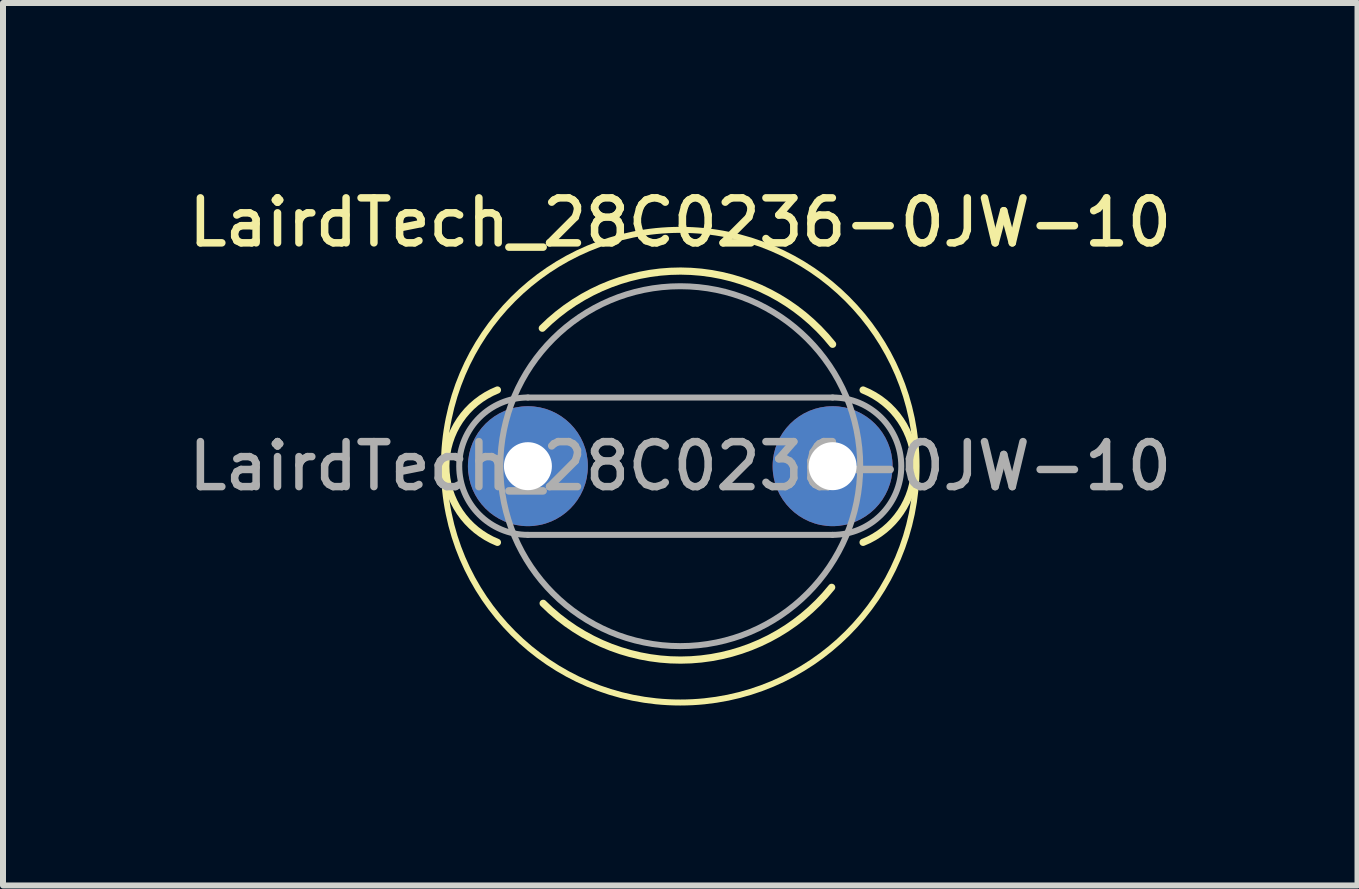
<source format=kicad_pcb>
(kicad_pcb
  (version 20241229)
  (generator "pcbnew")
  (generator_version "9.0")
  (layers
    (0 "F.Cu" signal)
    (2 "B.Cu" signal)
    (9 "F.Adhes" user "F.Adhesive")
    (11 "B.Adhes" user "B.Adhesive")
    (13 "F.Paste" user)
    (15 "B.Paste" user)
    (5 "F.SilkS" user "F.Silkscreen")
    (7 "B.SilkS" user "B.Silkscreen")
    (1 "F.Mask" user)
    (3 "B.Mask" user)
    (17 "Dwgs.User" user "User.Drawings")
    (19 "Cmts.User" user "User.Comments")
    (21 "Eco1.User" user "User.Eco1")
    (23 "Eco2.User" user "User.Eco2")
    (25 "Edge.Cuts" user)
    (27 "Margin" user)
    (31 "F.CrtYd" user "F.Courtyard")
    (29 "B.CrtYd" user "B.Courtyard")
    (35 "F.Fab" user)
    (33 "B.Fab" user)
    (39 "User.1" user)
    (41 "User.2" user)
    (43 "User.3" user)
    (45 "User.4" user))
  (footprint "LairdTech_28C0236-0JW-10"
    (layer "F.Cu")
    (at 5.751 4.722)
    (property "Reference" "LairdTech_28C0236-0JW-10" (at 2.54 -4.064 0) (layer "F.SilkS") (effects (font (size 0.75 0.75) (thickness 0.125))))
    (attr through_hole)
    (fp_arc (start -0.508 1.27) (mid -1.367832 0) (end -0.508 -1.27) (stroke (width 0.12) (type solid)) (layer "F.SilkS"))
    (fp_arc (start 0.239932 -2.300068) (mid 2.71988 -3.24781) (end 5.08 -2.032) (stroke (width 0.12) (type solid)) (layer "F.SilkS"))
    (fp_arc (start 5.064465 2.019572) (mid 2.71878 3.227946) (end 0.254 2.286) (stroke (width 0.12) (type solid)) (layer "F.SilkS"))
    (fp_arc (start 5.588 -1.27) (mid 6.447832 0) (end 5.588 1.27) (stroke (width 0.12) (type solid)) (layer "F.SilkS"))
    (fp_circle (center 2.54 0) (end 6.48 0) (stroke (width 0.1) (type solid)) (fill no) (layer "F.SilkS"))
    (fp_line (start 0 -1.145) (end 5.08 -1.145) (stroke (width 0.1) (type solid)) (layer "F.Fab"))
    (fp_line (start 0 1.145) (end 5.08 1.145) (stroke (width 0.1) (type solid)) (layer "F.Fab"))
    (fp_arc (start 0 1.145) (mid -1.145 0) (end 0 -1.145) (stroke (width 0.1) (type solid)) (layer "F.Fab"))
    (fp_arc (start 5.08 -1.145) (mid 6.225 0) (end 5.08 1.145) (stroke (width 0.1) (type solid)) (layer "F.Fab"))
    (fp_circle (center 2.54 0) (end 5.54 0) (stroke (width 0.1) (type solid)) (fill no) (layer "F.Fab"))
    (fp_text user "${REFERENCE}" (at 2.54 0 0) (layer "F.Fab") (effects (font (size 0.75 0.75) (thickness 0.125))))
    (pad "1" thru_hole circle (at 0 0) (size 2 2) (drill 0.8) (layers "*.Cu" "*.Mask"))
    (pad "2" thru_hole circle (at 5.08 0) (size 2 2) (drill 0.8) (layers "*.Cu" "*.Mask")))
  (gr_rect
    (start -3 -3)
    (end 19.582 11.712)
    (stroke (width 0.1) (type default))
    (fill no)
    (layer "Edge.Cuts")))
</source>
